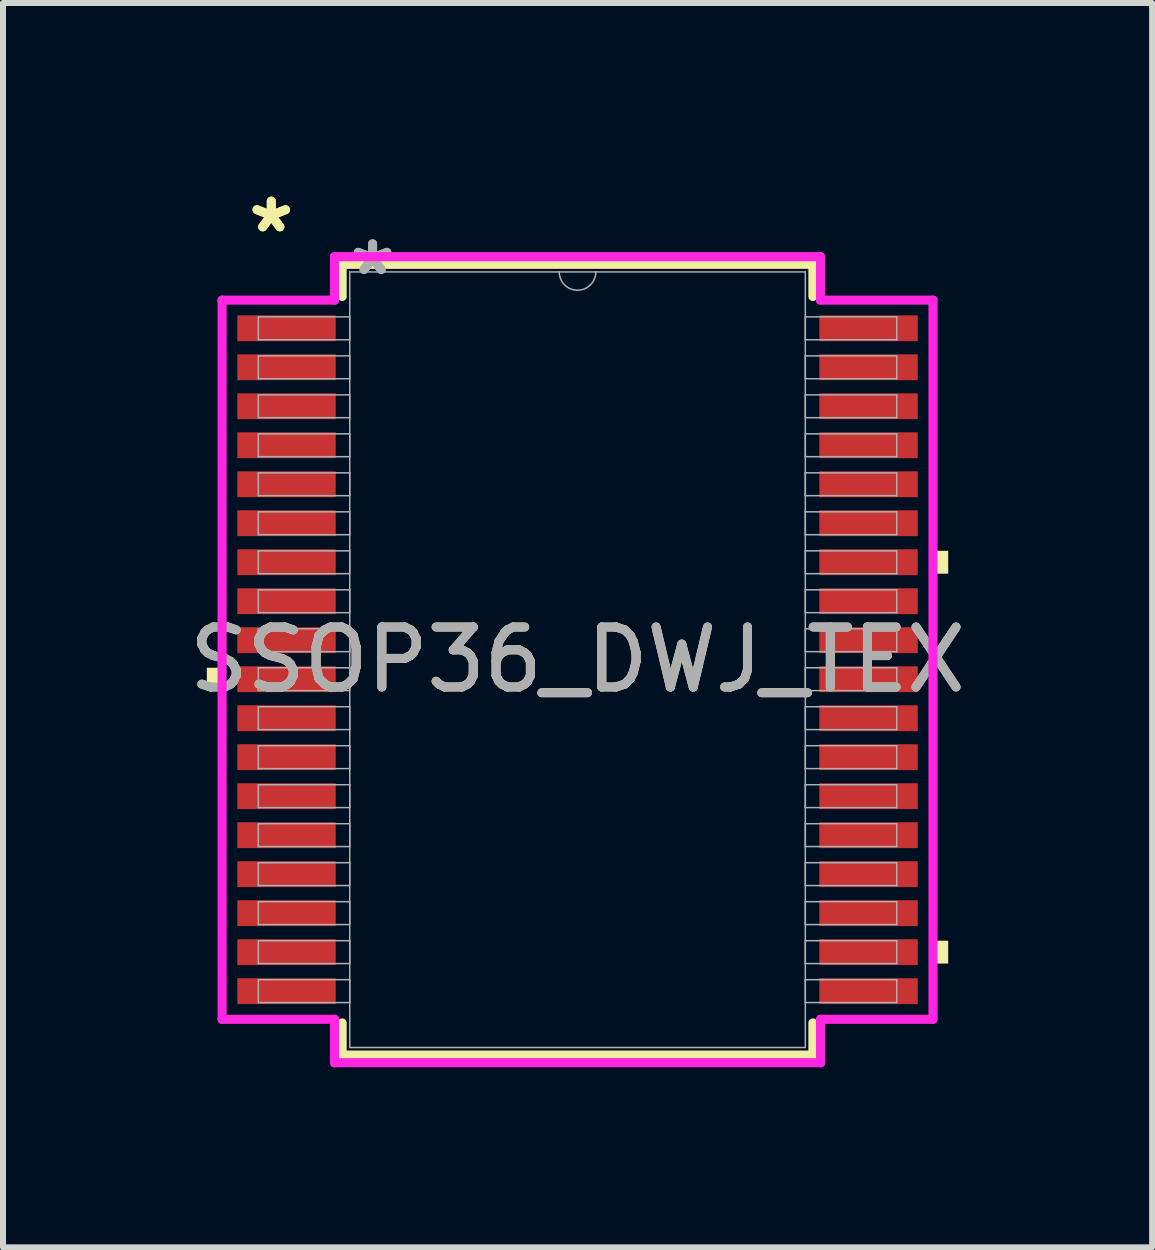
<source format=kicad_pcb>
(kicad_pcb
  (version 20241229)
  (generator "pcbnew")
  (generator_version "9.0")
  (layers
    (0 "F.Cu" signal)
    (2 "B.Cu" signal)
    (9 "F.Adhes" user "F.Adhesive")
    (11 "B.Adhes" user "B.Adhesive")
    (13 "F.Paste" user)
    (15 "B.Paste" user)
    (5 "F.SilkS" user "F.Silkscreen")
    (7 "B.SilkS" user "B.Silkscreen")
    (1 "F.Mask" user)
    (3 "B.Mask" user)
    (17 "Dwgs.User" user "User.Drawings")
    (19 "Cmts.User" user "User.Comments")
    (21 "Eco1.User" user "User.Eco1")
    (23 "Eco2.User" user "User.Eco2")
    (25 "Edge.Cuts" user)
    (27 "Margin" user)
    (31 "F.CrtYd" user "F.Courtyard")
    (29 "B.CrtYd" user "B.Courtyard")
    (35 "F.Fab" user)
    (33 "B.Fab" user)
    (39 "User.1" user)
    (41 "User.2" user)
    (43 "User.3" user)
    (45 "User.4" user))
  (footprint "SSOP36_DWJ_TEX"
    (layer "F.Cu")
    (at 6.577 7.947)
    (property "Reference" "SSOP36_DWJ_TEX" (at 0 0 0) (unlocked yes) (layer "F.SilkS") (effects (font (size 1 1) (thickness 0.15))))
    (attr smd)
    (fp_line (start -3.924 -6.591) (end -3.924 -6.055) (stroke (width 0.152) (type solid)) (layer "F.SilkS"))
    (fp_line (start -3.924 6.055) (end -3.924 6.591) (stroke (width 0.152) (type solid)) (layer "F.SilkS"))
    (fp_line (start -3.924 6.591) (end 3.924 6.591) (stroke (width 0.152) (type solid)) (layer "F.SilkS"))
    (fp_line (start 3.924 -6.591) (end -3.924 -6.591) (stroke (width 0.152) (type solid)) (layer "F.SilkS"))
    (fp_line (start 3.924 -6.055) (end 3.924 -6.591) (stroke (width 0.152) (type solid)) (layer "F.SilkS"))
    (fp_line (start 3.924 6.591) (end 3.924 6.055) (stroke (width 0.152) (type solid)) (layer "F.SilkS"))
    (fp_poly (pts (xy -6.179 0.134) (xy -6.179 0.515) (xy -5.925 0.515) (xy -5.925 0.134)) (stroke (width 0) (type solid)) (fill yes) (layer "F.SilkS"))
    (fp_poly (pts (xy 6.179 -1.815) (xy 6.179 -1.434) (xy 5.925 -1.434) (xy 5.925 -1.815)) (stroke (width 0) (type solid)) (fill yes) (layer "F.SilkS"))
    (fp_poly (pts (xy 6.179 4.684) (xy 6.179 5.065) (xy 5.925 5.065) (xy 5.925 4.684)) (stroke (width 0) (type solid)) (fill yes) (layer "F.SilkS"))
    (fp_line (start -5.925 -5.994) (end -4.051 -5.994) (stroke (width 0.152) (type solid)) (layer "F.CrtYd"))
    (fp_line (start -5.925 5.994) (end -5.925 -5.994) (stroke (width 0.152) (type solid)) (layer "F.CrtYd"))
    (fp_line (start -5.925 5.994) (end -4.051 5.994) (stroke (width 0.152) (type solid)) (layer "F.CrtYd"))
    (fp_line (start -4.051 -6.718) (end 4.051 -6.718) (stroke (width 0.152) (type solid)) (layer "F.CrtYd"))
    (fp_line (start -4.051 -5.994) (end -4.051 -6.718) (stroke (width 0.152) (type solid)) (layer "F.CrtYd"))
    (fp_line (start -4.051 6.718) (end -4.051 5.994) (stroke (width 0.152) (type solid)) (layer "F.CrtYd"))
    (fp_line (start 4.051 -6.718) (end 4.051 -5.994) (stroke (width 0.152) (type solid)) (layer "F.CrtYd"))
    (fp_line (start 4.051 5.994) (end 4.051 6.718) (stroke (width 0.152) (type solid)) (layer "F.CrtYd"))
    (fp_line (start 4.051 6.718) (end -4.051 6.718) (stroke (width 0.152) (type solid)) (layer "F.CrtYd"))
    (fp_line (start 5.925 -5.994) (end 4.051 -5.994) (stroke (width 0.152) (type solid)) (layer "F.CrtYd"))
    (fp_line (start 5.925 -5.994) (end 5.925 5.994) (stroke (width 0.152) (type solid)) (layer "F.CrtYd"))
    (fp_line (start 5.925 5.994) (end 4.051 5.994) (stroke (width 0.152) (type solid)) (layer "F.CrtYd"))
    (fp_line (start -5.321 -5.715) (end -5.321 -5.334) (stroke (width 0.025) (type solid)) (layer "F.Fab"))
    (fp_line (start -5.321 -5.334) (end -3.797 -5.334) (stroke (width 0.025) (type solid)) (layer "F.Fab"))
    (fp_line (start -5.321 -5.065) (end -5.321 -4.684) (stroke (width 0.025) (type solid)) (layer "F.Fab"))
    (fp_line (start -5.321 -4.684) (end -3.797 -4.684) (stroke (width 0.025) (type solid)) (layer "F.Fab"))
    (fp_line (start -5.321 -4.415) (end -5.321 -4.034) (stroke (width 0.025) (type solid)) (layer "F.Fab"))
    (fp_line (start -5.321 -4.034) (end -3.797 -4.034) (stroke (width 0.025) (type solid)) (layer "F.Fab"))
    (fp_line (start -5.321 -3.765) (end -5.321 -3.384) (stroke (width 0.025) (type solid)) (layer "F.Fab"))
    (fp_line (start -5.321 -3.384) (end -3.797 -3.384) (stroke (width 0.025) (type solid)) (layer "F.Fab"))
    (fp_line (start -5.321 -3.115) (end -5.321 -2.734) (stroke (width 0.025) (type solid)) (layer "F.Fab"))
    (fp_line (start -5.321 -2.734) (end -3.797 -2.734) (stroke (width 0.025) (type solid)) (layer "F.Fab"))
    (fp_line (start -5.321 -2.465) (end -5.321 -2.084) (stroke (width 0.025) (type solid)) (layer "F.Fab"))
    (fp_line (start -5.321 -2.084) (end -3.797 -2.084) (stroke (width 0.025) (type solid)) (layer "F.Fab"))
    (fp_line (start -5.321 -1.815) (end -5.321 -1.434) (stroke (width 0.025) (type solid)) (layer "F.Fab"))
    (fp_line (start -5.321 -1.434) (end -3.797 -1.434) (stroke (width 0.025) (type solid)) (layer "F.Fab"))
    (fp_line (start -5.321 -1.165) (end -5.321 -0.784) (stroke (width 0.025) (type solid)) (layer "F.Fab"))
    (fp_line (start -5.321 -0.784) (end -3.797 -0.784) (stroke (width 0.025) (type solid)) (layer "F.Fab"))
    (fp_line (start -5.321 -0.515) (end -5.321 -0.134) (stroke (width 0.025) (type solid)) (layer "F.Fab"))
    (fp_line (start -5.321 -0.134) (end -3.797 -0.134) (stroke (width 0.025) (type solid)) (layer "F.Fab"))
    (fp_line (start -5.321 0.134) (end -5.321 0.515) (stroke (width 0.025) (type solid)) (layer "F.Fab"))
    (fp_line (start -5.321 0.515) (end -3.797 0.515) (stroke (width 0.025) (type solid)) (layer "F.Fab"))
    (fp_line (start -5.321 0.784) (end -5.321 1.165) (stroke (width 0.025) (type solid)) (layer "F.Fab"))
    (fp_line (start -5.321 1.165) (end -3.797 1.165) (stroke (width 0.025) (type solid)) (layer "F.Fab"))
    (fp_line (start -5.321 1.434) (end -5.321 1.815) (stroke (width 0.025) (type solid)) (layer "F.Fab"))
    (fp_line (start -5.321 1.815) (end -3.797 1.815) (stroke (width 0.025) (type solid)) (layer "F.Fab"))
    (fp_line (start -5.321 2.084) (end -5.321 2.465) (stroke (width 0.025) (type solid)) (layer "F.Fab"))
    (fp_line (start -5.321 2.465) (end -3.797 2.465) (stroke (width 0.025) (type solid)) (layer "F.Fab"))
    (fp_line (start -5.321 2.734) (end -5.321 3.115) (stroke (width 0.025) (type solid)) (layer "F.Fab"))
    (fp_line (start -5.321 3.115) (end -3.797 3.115) (stroke (width 0.025) (type solid)) (layer "F.Fab"))
    (fp_line (start -5.321 3.384) (end -5.321 3.765) (stroke (width 0.025) (type solid)) (layer "F.Fab"))
    (fp_line (start -5.321 3.765) (end -3.797 3.765) (stroke (width 0.025) (type solid)) (layer "F.Fab"))
    (fp_line (start -5.321 4.034) (end -5.321 4.415) (stroke (width 0.025) (type solid)) (layer "F.Fab"))
    (fp_line (start -5.321 4.415) (end -3.797 4.415) (stroke (width 0.025) (type solid)) (layer "F.Fab"))
    (fp_line (start -5.321 4.684) (end -5.321 5.065) (stroke (width 0.025) (type solid)) (layer "F.Fab"))
    (fp_line (start -5.321 5.065) (end -3.797 5.065) (stroke (width 0.025) (type solid)) (layer "F.Fab"))
    (fp_line (start -5.321 5.334) (end -5.321 5.715) (stroke (width 0.025) (type solid)) (layer "F.Fab"))
    (fp_line (start -5.321 5.715) (end -3.797 5.715) (stroke (width 0.025) (type solid)) (layer "F.Fab"))
    (fp_line (start -3.797 -6.464) (end -3.797 6.464) (stroke (width 0.025) (type solid)) (layer "F.Fab"))
    (fp_line (start -3.797 -5.715) (end -5.321 -5.715) (stroke (width 0.025) (type solid)) (layer "F.Fab"))
    (fp_line (start -3.797 -5.334) (end -3.797 -5.715) (stroke (width 0.025) (type solid)) (layer "F.Fab"))
    (fp_line (start -3.797 -5.065) (end -5.321 -5.065) (stroke (width 0.025) (type solid)) (layer "F.Fab"))
    (fp_line (start -3.797 -4.684) (end -3.797 -5.065) (stroke (width 0.025) (type solid)) (layer "F.Fab"))
    (fp_line (start -3.797 -4.415) (end -5.321 -4.415) (stroke (width 0.025) (type solid)) (layer "F.Fab"))
    (fp_line (start -3.797 -4.034) (end -3.797 -4.415) (stroke (width 0.025) (type solid)) (layer "F.Fab"))
    (fp_line (start -3.797 -3.765) (end -5.321 -3.765) (stroke (width 0.025) (type solid)) (layer "F.Fab"))
    (fp_line (start -3.797 -3.384) (end -3.797 -3.765) (stroke (width 0.025) (type solid)) (layer "F.Fab"))
    (fp_line (start -3.797 -3.115) (end -5.321 -3.115) (stroke (width 0.025) (type solid)) (layer "F.Fab"))
    (fp_line (start -3.797 -2.734) (end -3.797 -3.115) (stroke (width 0.025) (type solid)) (layer "F.Fab"))
    (fp_line (start -3.797 -2.465) (end -5.321 -2.465) (stroke (width 0.025) (type solid)) (layer "F.Fab"))
    (fp_line (start -3.797 -2.084) (end -3.797 -2.465) (stroke (width 0.025) (type solid)) (layer "F.Fab"))
    (fp_line (start -3.797 -1.815) (end -5.321 -1.815) (stroke (width 0.025) (type solid)) (layer "F.Fab"))
    (fp_line (start -3.797 -1.434) (end -3.797 -1.815) (stroke (width 0.025) (type solid)) (layer "F.Fab"))
    (fp_line (start -3.797 -1.165) (end -5.321 -1.165) (stroke (width 0.025) (type solid)) (layer "F.Fab"))
    (fp_line (start -3.797 -0.784) (end -3.797 -1.165) (stroke (width 0.025) (type solid)) (layer "F.Fab"))
    (fp_line (start -3.797 -0.515) (end -5.321 -0.515) (stroke (width 0.025) (type solid)) (layer "F.Fab"))
    (fp_line (start -3.797 -0.134) (end -3.797 -0.515) (stroke (width 0.025) (type solid)) (layer "F.Fab"))
    (fp_line (start -3.797 0.134) (end -5.321 0.134) (stroke (width 0.025) (type solid)) (layer "F.Fab"))
    (fp_line (start -3.797 0.515) (end -3.797 0.134) (stroke (width 0.025) (type solid)) (layer "F.Fab"))
    (fp_line (start -3.797 0.784) (end -5.321 0.784) (stroke (width 0.025) (type solid)) (layer "F.Fab"))
    (fp_line (start -3.797 1.165) (end -3.797 0.784) (stroke (width 0.025) (type solid)) (layer "F.Fab"))
    (fp_line (start -3.797 1.434) (end -5.321 1.434) (stroke (width 0.025) (type solid)) (layer "F.Fab"))
    (fp_line (start -3.797 1.815) (end -3.797 1.434) (stroke (width 0.025) (type solid)) (layer "F.Fab"))
    (fp_line (start -3.797 2.084) (end -5.321 2.084) (stroke (width 0.025) (type solid)) (layer "F.Fab"))
    (fp_line (start -3.797 2.465) (end -3.797 2.084) (stroke (width 0.025) (type solid)) (layer "F.Fab"))
    (fp_line (start -3.797 2.734) (end -5.321 2.734) (stroke (width 0.025) (type solid)) (layer "F.Fab"))
    (fp_line (start -3.797 3.115) (end -3.797 2.734) (stroke (width 0.025) (type solid)) (layer "F.Fab"))
    (fp_line (start -3.797 3.384) (end -5.321 3.384) (stroke (width 0.025) (type solid)) (layer "F.Fab"))
    (fp_line (start -3.797 3.765) (end -3.797 3.384) (stroke (width 0.025) (type solid)) (layer "F.Fab"))
    (fp_line (start -3.797 4.034) (end -5.321 4.034) (stroke (width 0.025) (type solid)) (layer "F.Fab"))
    (fp_line (start -3.797 4.415) (end -3.797 4.034) (stroke (width 0.025) (type solid)) (layer "F.Fab"))
    (fp_line (start -3.797 4.684) (end -5.321 4.684) (stroke (width 0.025) (type solid)) (layer "F.Fab"))
    (fp_line (start -3.797 5.065) (end -3.797 4.684) (stroke (width 0.025) (type solid)) (layer "F.Fab"))
    (fp_line (start -3.797 5.334) (end -5.321 5.334) (stroke (width 0.025) (type solid)) (layer "F.Fab"))
    (fp_line (start -3.797 5.715) (end -3.797 5.334) (stroke (width 0.025) (type solid)) (layer "F.Fab"))
    (fp_line (start -3.797 6.464) (end 3.797 6.464) (stroke (width 0.025) (type solid)) (layer "F.Fab"))
    (fp_line (start 3.797 -6.464) (end -3.797 -6.464) (stroke (width 0.025) (type solid)) (layer "F.Fab"))
    (fp_line (start 3.797 -5.715) (end 3.797 -5.334) (stroke (width 0.025) (type solid)) (layer "F.Fab"))
    (fp_line (start 3.797 -5.334) (end 5.321 -5.334) (stroke (width 0.025) (type solid)) (layer "F.Fab"))
    (fp_line (start 3.797 -5.065) (end 3.797 -4.684) (stroke (width 0.025) (type solid)) (layer "F.Fab"))
    (fp_line (start 3.797 -4.684) (end 5.321 -4.684) (stroke (width 0.025) (type solid)) (layer "F.Fab"))
    (fp_line (start 3.797 -4.415) (end 3.797 -4.034) (stroke (width 0.025) (type solid)) (layer "F.Fab"))
    (fp_line (start 3.797 -4.034) (end 5.321 -4.034) (stroke (width 0.025) (type solid)) (layer "F.Fab"))
    (fp_line (start 3.797 -3.765) (end 3.797 -3.384) (stroke (width 0.025) (type solid)) (layer "F.Fab"))
    (fp_line (start 3.797 -3.384) (end 5.321 -3.384) (stroke (width 0.025) (type solid)) (layer "F.Fab"))
    (fp_line (start 3.797 -3.115) (end 3.797 -2.734) (stroke (width 0.025) (type solid)) (layer "F.Fab"))
    (fp_line (start 3.797 -2.734) (end 5.321 -2.734) (stroke (width 0.025) (type solid)) (layer "F.Fab"))
    (fp_line (start 3.797 -2.465) (end 3.797 -2.084) (stroke (width 0.025) (type solid)) (layer "F.Fab"))
    (fp_line (start 3.797 -2.084) (end 5.321 -2.084) (stroke (width 0.025) (type solid)) (layer "F.Fab"))
    (fp_line (start 3.797 -1.815) (end 3.797 -1.434) (stroke (width 0.025) (type solid)) (layer "F.Fab"))
    (fp_line (start 3.797 -1.434) (end 5.321 -1.434) (stroke (width 0.025) (type solid)) (layer "F.Fab"))
    (fp_line (start 3.797 -1.165) (end 3.797 -0.784) (stroke (width 0.025) (type solid)) (layer "F.Fab"))
    (fp_line (start 3.797 -0.784) (end 5.321 -0.784) (stroke (width 0.025) (type solid)) (layer "F.Fab"))
    (fp_line (start 3.797 -0.515) (end 3.797 -0.134) (stroke (width 0.025) (type solid)) (layer "F.Fab"))
    (fp_line (start 3.797 -0.134) (end 5.321 -0.134) (stroke (width 0.025) (type solid)) (layer "F.Fab"))
    (fp_line (start 3.797 0.134) (end 3.797 0.515) (stroke (width 0.025) (type solid)) (layer "F.Fab"))
    (fp_line (start 3.797 0.515) (end 5.321 0.515) (stroke (width 0.025) (type solid)) (layer "F.Fab"))
    (fp_line (start 3.797 0.784) (end 3.797 1.165) (stroke (width 0.025) (type solid)) (layer "F.Fab"))
    (fp_line (start 3.797 1.165) (end 5.321 1.165) (stroke (width 0.025) (type solid)) (layer "F.Fab"))
    (fp_line (start 3.797 1.434) (end 3.797 1.815) (stroke (width 0.025) (type solid)) (layer "F.Fab"))
    (fp_line (start 3.797 1.815) (end 5.321 1.815) (stroke (width 0.025) (type solid)) (layer "F.Fab"))
    (fp_line (start 3.797 2.084) (end 3.797 2.465) (stroke (width 0.025) (type solid)) (layer "F.Fab"))
    (fp_line (start 3.797 2.465) (end 5.321 2.465) (stroke (width 0.025) (type solid)) (layer "F.Fab"))
    (fp_line (start 3.797 2.734) (end 3.797 3.115) (stroke (width 0.025) (type solid)) (layer "F.Fab"))
    (fp_line (start 3.797 3.115) (end 5.321 3.115) (stroke (width 0.025) (type solid)) (layer "F.Fab"))
    (fp_line (start 3.797 3.384) (end 3.797 3.765) (stroke (width 0.025) (type solid)) (layer "F.Fab"))
    (fp_line (start 3.797 3.765) (end 5.321 3.765) (stroke (width 0.025) (type solid)) (layer "F.Fab"))
    (fp_line (start 3.797 4.034) (end 3.797 4.415) (stroke (width 0.025) (type solid)) (layer "F.Fab"))
    (fp_line (start 3.797 4.415) (end 5.321 4.415) (stroke (width 0.025) (type solid)) (layer "F.Fab"))
    (fp_line (start 3.797 4.684) (end 3.797 5.065) (stroke (width 0.025) (type solid)) (layer "F.Fab"))
    (fp_line (start 3.797 5.065) (end 5.321 5.065) (stroke (width 0.025) (type solid)) (layer "F.Fab"))
    (fp_line (start 3.797 5.334) (end 3.797 5.715) (stroke (width 0.025) (type solid)) (layer "F.Fab"))
    (fp_line (start 3.797 5.715) (end 5.321 5.715) (stroke (width 0.025) (type solid)) (layer "F.Fab"))
    (fp_line (start 3.797 6.464) (end 3.797 -6.464) (stroke (width 0.025) (type solid)) (layer "F.Fab"))
    (fp_line (start 5.321 -5.715) (end 3.797 -5.715) (stroke (width 0.025) (type solid)) (layer "F.Fab"))
    (fp_line (start 5.321 -5.334) (end 5.321 -5.715) (stroke (width 0.025) (type solid)) (layer "F.Fab"))
    (fp_line (start 5.321 -5.065) (end 3.797 -5.065) (stroke (width 0.025) (type solid)) (layer "F.Fab"))
    (fp_line (start 5.321 -4.684) (end 5.321 -5.065) (stroke (width 0.025) (type solid)) (layer "F.Fab"))
    (fp_line (start 5.321 -4.415) (end 3.797 -4.415) (stroke (width 0.025) (type solid)) (layer "F.Fab"))
    (fp_line (start 5.321 -4.034) (end 5.321 -4.415) (stroke (width 0.025) (type solid)) (layer "F.Fab"))
    (fp_line (start 5.321 -3.765) (end 3.797 -3.765) (stroke (width 0.025) (type solid)) (layer "F.Fab"))
    (fp_line (start 5.321 -3.384) (end 5.321 -3.765) (stroke (width 0.025) (type solid)) (layer "F.Fab"))
    (fp_line (start 5.321 -3.115) (end 3.797 -3.115) (stroke (width 0.025) (type solid)) (layer "F.Fab"))
    (fp_line (start 5.321 -2.734) (end 5.321 -3.115) (stroke (width 0.025) (type solid)) (layer "F.Fab"))
    (fp_line (start 5.321 -2.465) (end 3.797 -2.465) (stroke (width 0.025) (type solid)) (layer "F.Fab"))
    (fp_line (start 5.321 -2.084) (end 5.321 -2.465) (stroke (width 0.025) (type solid)) (layer "F.Fab"))
    (fp_line (start 5.321 -1.815) (end 3.797 -1.815) (stroke (width 0.025) (type solid)) (layer "F.Fab"))
    (fp_line (start 5.321 -1.434) (end 5.321 -1.815) (stroke (width 0.025) (type solid)) (layer "F.Fab"))
    (fp_line (start 5.321 -1.165) (end 3.797 -1.165) (stroke (width 0.025) (type solid)) (layer "F.Fab"))
    (fp_line (start 5.321 -0.784) (end 5.321 -1.165) (stroke (width 0.025) (type solid)) (layer "F.Fab"))
    (fp_line (start 5.321 -0.515) (end 3.797 -0.515) (stroke (width 0.025) (type solid)) (layer "F.Fab"))
    (fp_line (start 5.321 -0.134) (end 5.321 -0.515) (stroke (width 0.025) (type solid)) (layer "F.Fab"))
    (fp_line (start 5.321 0.134) (end 3.797 0.134) (stroke (width 0.025) (type solid)) (layer "F.Fab"))
    (fp_line (start 5.321 0.515) (end 5.321 0.134) (stroke (width 0.025) (type solid)) (layer "F.Fab"))
    (fp_line (start 5.321 0.784) (end 3.797 0.784) (stroke (width 0.025) (type solid)) (layer "F.Fab"))
    (fp_line (start 5.321 1.165) (end 5.321 0.784) (stroke (width 0.025) (type solid)) (layer "F.Fab"))
    (fp_line (start 5.321 1.434) (end 3.797 1.434) (stroke (width 0.025) (type solid)) (layer "F.Fab"))
    (fp_line (start 5.321 1.815) (end 5.321 1.434) (stroke (width 0.025) (type solid)) (layer "F.Fab"))
    (fp_line (start 5.321 2.084) (end 3.797 2.084) (stroke (width 0.025) (type solid)) (layer "F.Fab"))
    (fp_line (start 5.321 2.465) (end 5.321 2.084) (stroke (width 0.025) (type solid)) (layer "F.Fab"))
    (fp_line (start 5.321 2.734) (end 3.797 2.734) (stroke (width 0.025) (type solid)) (layer "F.Fab"))
    (fp_line (start 5.321 3.115) (end 5.321 2.734) (stroke (width 0.025) (type solid)) (layer "F.Fab"))
    (fp_line (start 5.321 3.384) (end 3.797 3.384) (stroke (width 0.025) (type solid)) (layer "F.Fab"))
    (fp_line (start 5.321 3.765) (end 5.321 3.384) (stroke (width 0.025) (type solid)) (layer "F.Fab"))
    (fp_line (start 5.321 4.034) (end 3.797 4.034) (stroke (width 0.025) (type solid)) (layer "F.Fab"))
    (fp_line (start 5.321 4.415) (end 5.321 4.034) (stroke (width 0.025) (type solid)) (layer "F.Fab"))
    (fp_line (start 5.321 4.684) (end 3.797 4.684) (stroke (width 0.025) (type solid)) (layer "F.Fab"))
    (fp_line (start 5.321 5.065) (end 5.321 4.684) (stroke (width 0.025) (type solid)) (layer "F.Fab"))
    (fp_line (start 5.321 5.334) (end 3.797 5.334) (stroke (width 0.025) (type solid)) (layer "F.Fab"))
    (fp_line (start 5.321 5.715) (end 5.321 5.334) (stroke (width 0.025) (type solid)) (layer "F.Fab"))
    (fp_arc (start 0.3048 -6.4643) (mid 0 -6.1595) (end -0.3048 -6.4643) (stroke (width 0.0254) (type solid)) (layer "F.Fab"))
    (fp_text user "*" (at -5.105 -7.099 0) (unlocked yes) (layer "F.SilkS") (effects (font (size 1 1) (thickness 0.15))))
    (fp_text user "*" (at -5.105 -7.099 0) (layer "F.SilkS") (effects (font (size 1 1) (thickness 0.15))))
    (fp_text user "*" (at -3.416 -6.388 0) (layer "F.Fab") (effects (font (size 1 1) (thickness 0.15))))
    (fp_text user "${REFERENCE}" (at 0 0 0) (unlocked yes) (layer "F.Fab") (effects (font (size 1 1) (thickness 0.15))))
    (fp_text user "*" (at -3.416 -6.388 0) (unlocked yes) (layer "F.Fab") (effects (font (size 1 1) (thickness 0.15))))
    (pad "1" smd rect (at -4.851 -5.525) (size 1.64 0.431) (layers "F.Cu" "F.Mask" "F.Paste"))
    (pad "2" smd rect (at -4.851 -4.875) (size 1.64 0.431) (layers "F.Cu" "F.Mask" "F.Paste"))
    (pad "3" smd rect (at -4.851 -4.225) (size 1.64 0.431) (layers "F.Cu" "F.Mask" "F.Paste"))
    (pad "4" smd rect (at -4.851 -3.575) (size 1.64 0.431) (layers "F.Cu" "F.Mask" "F.Paste"))
    (pad "5" smd rect (at -4.851 -2.925) (size 1.64 0.431) (layers "F.Cu" "F.Mask" "F.Paste"))
    (pad "6" smd rect (at -4.851 -2.275) (size 1.64 0.431) (layers "F.Cu" "F.Mask" "F.Paste"))
    (pad "7" smd rect (at -4.851 -1.625) (size 1.64 0.431) (layers "F.Cu" "F.Mask" "F.Paste"))
    (pad "8" smd rect (at -4.851 -0.975) (size 1.64 0.431) (layers "F.Cu" "F.Mask" "F.Paste"))
    (pad "9" smd rect (at -4.851 -0.325) (size 1.64 0.431) (layers "F.Cu" "F.Mask" "F.Paste"))
    (pad "10" smd rect (at -4.851 0.325) (size 1.64 0.431) (layers "F.Cu" "F.Mask" "F.Paste"))
    (pad "11" smd rect (at -4.851 0.975) (size 1.64 0.431) (layers "F.Cu" "F.Mask" "F.Paste"))
    (pad "12" smd rect (at -4.851 1.625) (size 1.64 0.431) (layers "F.Cu" "F.Mask" "F.Paste"))
    (pad "13" smd rect (at -4.851 2.275) (size 1.64 0.431) (layers "F.Cu" "F.Mask" "F.Paste"))
    (pad "14" smd rect (at -4.851 2.925) (size 1.64 0.431) (layers "F.Cu" "F.Mask" "F.Paste"))
    (pad "15" smd rect (at -4.851 3.575) (size 1.64 0.431) (layers "F.Cu" "F.Mask" "F.Paste"))
    (pad "16" smd rect (at -4.851 4.225) (size 1.64 0.431) (layers "F.Cu" "F.Mask" "F.Paste"))
    (pad "17" smd rect (at -4.851 4.875) (size 1.64 0.431) (layers "F.Cu" "F.Mask" "F.Paste"))
    (pad "18" smd rect (at -4.851 5.525) (size 1.64 0.431) (layers "F.Cu" "F.Mask" "F.Paste"))
    (pad "19" smd rect (at 4.851 5.525) (size 1.64 0.431) (layers "F.Cu" "F.Mask" "F.Paste"))
    (pad "20" smd rect (at 4.851 4.875) (size 1.64 0.431) (layers "F.Cu" "F.Mask" "F.Paste"))
    (pad "21" smd rect (at 4.851 4.225) (size 1.64 0.431) (layers "F.Cu" "F.Mask" "F.Paste"))
    (pad "22" smd rect (at 4.851 3.575) (size 1.64 0.431) (layers "F.Cu" "F.Mask" "F.Paste"))
    (pad "23" smd rect (at 4.851 2.925) (size 1.64 0.431) (layers "F.Cu" "F.Mask" "F.Paste"))
    (pad "24" smd rect (at 4.851 2.275) (size 1.64 0.431) (layers "F.Cu" "F.Mask" "F.Paste"))
    (pad "25" smd rect (at 4.851 1.625) (size 1.64 0.431) (layers "F.Cu" "F.Mask" "F.Paste"))
    (pad "26" smd rect (at 4.851 0.975) (size 1.64 0.431) (layers "F.Cu" "F.Mask" "F.Paste"))
    (pad "27" smd rect (at 4.851 0.325) (size 1.64 0.431) (layers "F.Cu" "F.Mask" "F.Paste"))
    (pad "28" smd rect (at 4.851 -0.325) (size 1.64 0.431) (layers "F.Cu" "F.Mask" "F.Paste"))
    (pad "29" smd rect (at 4.851 -0.975) (size 1.64 0.431) (layers "F.Cu" "F.Mask" "F.Paste"))
    (pad "30" smd rect (at 4.851 -1.625) (size 1.64 0.431) (layers "F.Cu" "F.Mask" "F.Paste"))
    (pad "31" smd rect (at 4.851 -2.275) (size 1.64 0.431) (layers "F.Cu" "F.Mask" "F.Paste"))
    (pad "32" smd rect (at 4.851 -2.925) (size 1.64 0.431) (layers "F.Cu" "F.Mask" "F.Paste"))
    (pad "33" smd rect (at 4.851 -3.575) (size 1.64 0.431) (layers "F.Cu" "F.Mask" "F.Paste"))
    (pad "34" smd rect (at 4.851 -4.225) (size 1.64 0.431) (layers "F.Cu" "F.Mask" "F.Paste"))
    (pad "35" smd rect (at 4.851 -4.875) (size 1.64 0.431) (layers "F.Cu" "F.Mask" "F.Paste"))
    (pad "36" smd rect (at 4.851 -5.525) (size 1.64 0.431) (layers "F.Cu" "F.Mask" "F.Paste")))
  (gr_rect
    (start -3 -3)
    (end 16.155 17.742)
    (stroke (width 0.1) (type default))
    (fill no)
    (layer "Edge.Cuts")))
</source>
